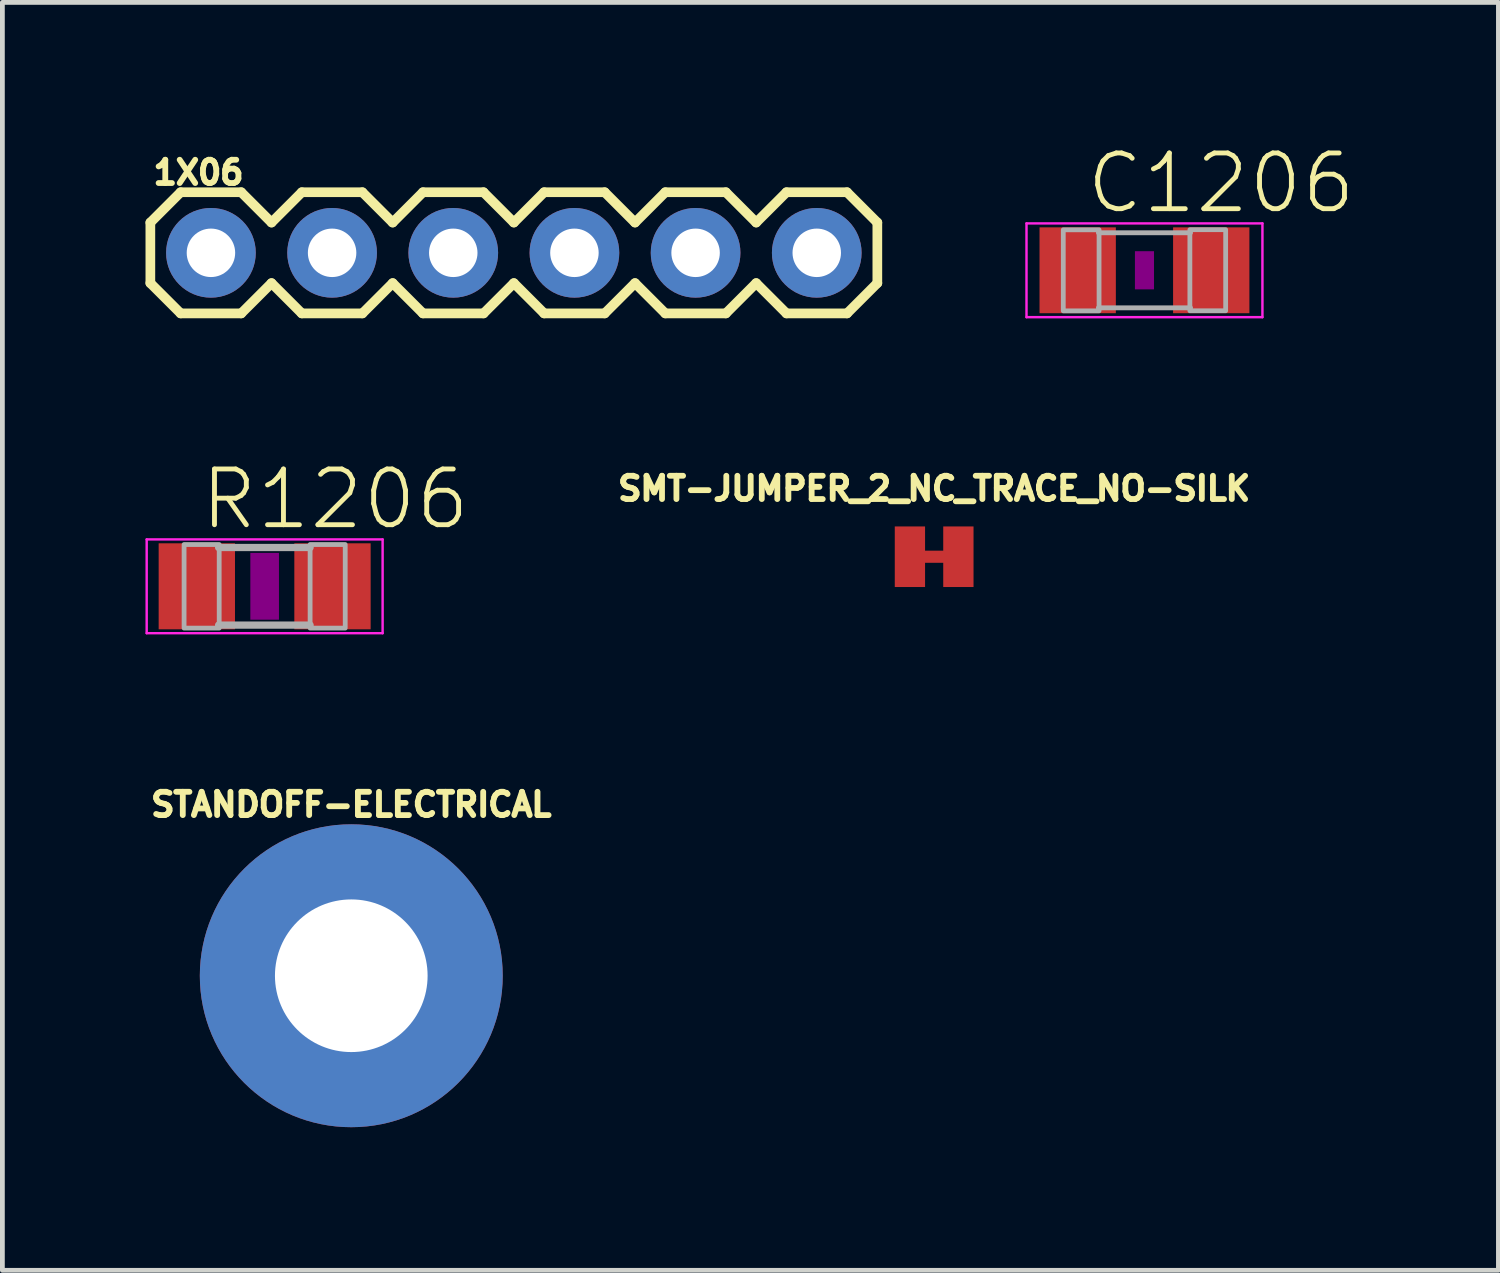
<source format=kicad_pcb>
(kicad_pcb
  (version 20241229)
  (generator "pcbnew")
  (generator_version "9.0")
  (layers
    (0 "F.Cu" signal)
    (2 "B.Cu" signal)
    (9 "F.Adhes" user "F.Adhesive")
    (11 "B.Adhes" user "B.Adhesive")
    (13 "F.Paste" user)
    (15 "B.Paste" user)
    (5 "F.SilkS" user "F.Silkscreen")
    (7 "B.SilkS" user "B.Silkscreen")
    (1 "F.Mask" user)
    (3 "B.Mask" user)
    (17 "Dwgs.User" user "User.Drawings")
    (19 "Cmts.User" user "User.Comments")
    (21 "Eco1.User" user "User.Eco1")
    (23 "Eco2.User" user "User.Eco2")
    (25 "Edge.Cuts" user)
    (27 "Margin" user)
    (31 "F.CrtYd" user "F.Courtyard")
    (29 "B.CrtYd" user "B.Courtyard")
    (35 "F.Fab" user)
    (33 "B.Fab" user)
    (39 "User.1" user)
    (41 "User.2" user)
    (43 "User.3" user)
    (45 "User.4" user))
  (footprint "C1206"
    (layer "F.Cu")
    (at 20.942 2.616)
    (property "Reference" "C1206" (at -1.27 -1.143 0) (layer "F.SilkS") (effects (font (size 1.168 1.168) (thickness 0.102)) (justify left bottom)))
    (fp_poly (pts (xy -0.2 0.4) (xy 0.2 0.4) (xy 0.2 -0.4) (xy -0.2 -0.4)) (stroke (width 0) (type solid)) (fill yes) (layer "F.Adhes"))
    (fp_line (start -2.473 -0.983) (end 2.473 -0.983) (stroke (width 0.051) (type solid)) (layer "F.CrtYd"))
    (fp_line (start -2.473 0.983) (end -2.473 -0.983) (stroke (width 0.051) (type solid)) (layer "F.CrtYd"))
    (fp_line (start 2.473 -0.983) (end 2.473 0.983) (stroke (width 0.051) (type solid)) (layer "F.CrtYd"))
    (fp_line (start 2.473 0.983) (end -2.473 0.983) (stroke (width 0.051) (type solid)) (layer "F.CrtYd"))
    (fp_line (start -0.965 -0.787) (end 0.965 -0.787) (stroke (width 0.102) (type solid)) (layer "F.Fab"))
    (fp_line (start -0.965 0.787) (end 0.965 0.787) (stroke (width 0.102) (type solid)) (layer "F.Fab"))
    (fp_poly (pts (xy -1.702 0.851) (xy -0.952 0.851) (xy -0.952 -0.849) (xy -1.702 -0.849)) (stroke (width 0.1) (type solid)) (fill no) (layer "F.Fab"))
    (fp_poly (pts (xy 0.952 0.849) (xy 1.702 0.849) (xy 1.702 -0.851) (xy 0.952 -0.851)) (stroke (width 0.1) (type solid)) (fill no) (layer "F.Fab"))
    (pad "1" smd rect (at -1.4 0) (size 1.6 1.8) (layers "F.Cu" "F.Mask" "F.Paste"))
    (pad "2" smd rect (at 1.4 0) (size 1.6 1.8) (layers "F.Cu" "F.Mask" "F.Paste")))
  (footprint "SMT-JUMPER_2_NC_TRACE_NO-SILK"
    (layer "F.Cu")
    (at 16.533 8.621)
    (property "Reference" "SMT-JUMPER_2_NC_TRACE_NO-SILK" (at 0 -1.143 0) (layer "F.SilkS") (effects (font (size 0.488 0.488) (thickness 0.122)) (justify bottom)))
    (fp_line (start -0.508 0) (end 0.508 0) (stroke (width 0.254) (type solid)) (layer "F.Cu"))
    (fp_poly (pts (xy 0.254 0.191) (xy -0.254 0.191) (xy -0.254 -0.191) (xy 0.254 -0.191)) (stroke (width 0) (type solid)) (fill yes) (layer "F.Mask"))
    (pad "1" smd rect (at -0.508 0) (size 0.635 1.27) (layers "F.Cu" "F.Mask"))
    (pad "2" smd rect (at 0.508 0) (size 0.635 1.27) (layers "F.Cu" "F.Mask")))
  (footprint "STANDOFF-ELECTRICAL"
    (layer "F.Cu")
    (at 4.314 17.405)
    (property "Reference" "STANDOFF-ELECTRICAL" (at 0 -3.302 0) (layer "F.SilkS") (effects (font (size 0.488 0.488) (thickness 0.122)) (justify bottom)))
    (pad "P1" thru_hole circle (at 0 0) (size 6.35 6.35) (drill 3.2) (layers "*.Cu" "*.Mask")))
  (footprint "1X06"
    (layer "F.Cu")
    (at 1.372 2.25)
    (property "Reference" "1X06" (at -1.27 -1.397 0) (layer "F.SilkS") (effects (font (size 0.488 0.488) (thickness 0.122)) (justify left bottom)))
    (fp_line (start -1.27 -0.635) (end -1.27 0.635) (stroke (width 0.203) (type solid)) (layer "F.SilkS"))
    (fp_line (start -1.27 0.635) (end -0.635 1.27) (stroke (width 0.203) (type solid)) (layer "F.SilkS"))
    (fp_line (start -0.635 -1.27) (end -1.27 -0.635) (stroke (width 0.203) (type solid)) (layer "F.SilkS"))
    (fp_line (start -0.635 -1.27) (end 0.635 -1.27) (stroke (width 0.203) (type solid)) (layer "F.SilkS"))
    (fp_line (start 0.635 -1.27) (end 1.27 -0.635) (stroke (width 0.203) (type solid)) (layer "F.SilkS"))
    (fp_line (start 0.635 1.27) (end -0.635 1.27) (stroke (width 0.203) (type solid)) (layer "F.SilkS"))
    (fp_line (start 1.27 -0.635) (end 1.905 -1.27) (stroke (width 0.203) (type solid)) (layer "F.SilkS"))
    (fp_line (start 1.27 0.635) (end 0.635 1.27) (stroke (width 0.203) (type solid)) (layer "F.SilkS"))
    (fp_line (start 1.905 -1.27) (end 3.175 -1.27) (stroke (width 0.203) (type solid)) (layer "F.SilkS"))
    (fp_line (start 1.905 1.27) (end 1.27 0.635) (stroke (width 0.203) (type solid)) (layer "F.SilkS"))
    (fp_line (start 3.175 -1.27) (end 3.81 -0.635) (stroke (width 0.203) (type solid)) (layer "F.SilkS"))
    (fp_line (start 3.175 1.27) (end 1.905 1.27) (stroke (width 0.203) (type solid)) (layer "F.SilkS"))
    (fp_line (start 3.81 -0.635) (end 4.445 -1.27) (stroke (width 0.203) (type solid)) (layer "F.SilkS"))
    (fp_line (start 3.81 0.635) (end 3.175 1.27) (stroke (width 0.203) (type solid)) (layer "F.SilkS"))
    (fp_line (start 4.445 -1.27) (end 5.715 -1.27) (stroke (width 0.203) (type solid)) (layer "F.SilkS"))
    (fp_line (start 4.445 1.27) (end 3.81 0.635) (stroke (width 0.203) (type solid)) (layer "F.SilkS"))
    (fp_line (start 5.715 -1.27) (end 6.35 -0.635) (stroke (width 0.203) (type solid)) (layer "F.SilkS"))
    (fp_line (start 5.715 1.27) (end 4.445 1.27) (stroke (width 0.203) (type solid)) (layer "F.SilkS"))
    (fp_line (start 6.35 0.635) (end 5.715 1.27) (stroke (width 0.203) (type solid)) (layer "F.SilkS"))
    (fp_line (start 6.35 0.635) (end 6.985 1.27) (stroke (width 0.203) (type solid)) (layer "F.SilkS"))
    (fp_line (start 6.985 -1.27) (end 6.35 -0.635) (stroke (width 0.203) (type solid)) (layer "F.SilkS"))
    (fp_line (start 6.985 -1.27) (end 8.255 -1.27) (stroke (width 0.203) (type solid)) (layer "F.SilkS"))
    (fp_line (start 8.255 -1.27) (end 8.89 -0.635) (stroke (width 0.203) (type solid)) (layer "F.SilkS"))
    (fp_line (start 8.255 1.27) (end 6.985 1.27) (stroke (width 0.203) (type solid)) (layer "F.SilkS"))
    (fp_line (start 8.89 -0.635) (end 9.525 -1.27) (stroke (width 0.203) (type solid)) (layer "F.SilkS"))
    (fp_line (start 8.89 0.635) (end 8.255 1.27) (stroke (width 0.203) (type solid)) (layer "F.SilkS"))
    (fp_line (start 9.525 -1.27) (end 10.795 -1.27) (stroke (width 0.203) (type solid)) (layer "F.SilkS"))
    (fp_line (start 9.525 1.27) (end 8.89 0.635) (stroke (width 0.203) (type solid)) (layer "F.SilkS"))
    (fp_line (start 10.795 -1.27) (end 11.43 -0.635) (stroke (width 0.203) (type solid)) (layer "F.SilkS"))
    (fp_line (start 10.795 1.27) (end 9.525 1.27) (stroke (width 0.203) (type solid)) (layer "F.SilkS"))
    (fp_line (start 11.43 -0.635) (end 12.065 -1.27) (stroke (width 0.203) (type solid)) (layer "F.SilkS"))
    (fp_line (start 11.43 0.635) (end 10.795 1.27) (stroke (width 0.203) (type solid)) (layer "F.SilkS"))
    (fp_line (start 12.065 -1.27) (end 13.335 -1.27) (stroke (width 0.203) (type solid)) (layer "F.SilkS"))
    (fp_line (start 12.065 1.27) (end 11.43 0.635) (stroke (width 0.203) (type solid)) (layer "F.SilkS"))
    (fp_line (start 13.335 -1.27) (end 13.97 -0.635) (stroke (width 0.203) (type solid)) (layer "F.SilkS"))
    (fp_line (start 13.335 1.27) (end 12.065 1.27) (stroke (width 0.203) (type solid)) (layer "F.SilkS"))
    (fp_line (start 13.97 -0.635) (end 13.97 0.635) (stroke (width 0.203) (type solid)) (layer "F.SilkS"))
    (fp_line (start 13.97 0.635) (end 13.335 1.27) (stroke (width 0.203) (type solid)) (layer "F.SilkS"))
    (fp_poly (pts (xy -0.254 0.254) (xy 0.254 0.254) (xy 0.254 -0.254) (xy -0.254 -0.254)) (stroke (width 0.1) (type solid)) (fill no) (layer "F.Fab"))
    (fp_poly (pts (xy 2.286 0.254) (xy 2.794 0.254) (xy 2.794 -0.254) (xy 2.286 -0.254)) (stroke (width 0.1) (type solid)) (fill no) (layer "F.Fab"))
    (fp_poly (pts (xy 4.826 0.254) (xy 5.334 0.254) (xy 5.334 -0.254) (xy 4.826 -0.254)) (stroke (width 0.1) (type solid)) (fill no) (layer "F.Fab"))
    (fp_poly (pts (xy 7.366 0.254) (xy 7.874 0.254) (xy 7.874 -0.254) (xy 7.366 -0.254)) (stroke (width 0.1) (type solid)) (fill no) (layer "F.Fab"))
    (fp_poly (pts (xy 9.906 0.254) (xy 10.414 0.254) (xy 10.414 -0.254) (xy 9.906 -0.254)) (stroke (width 0.1) (type solid)) (fill no) (layer "F.Fab"))
    (fp_poly (pts (xy 12.446 0.254) (xy 12.954 0.254) (xy 12.954 -0.254) (xy 12.446 -0.254)) (stroke (width 0.1) (type solid)) (fill no) (layer "F.Fab"))
    (pad "1" thru_hole circle (at 0 0 90) (size 1.88 1.88) (drill 1.016) (layers "*.Cu" "*.Mask"))
    (pad "2" thru_hole circle (at 2.54 0 90) (size 1.88 1.88) (drill 1.016) (layers "*.Cu" "*.Mask"))
    (pad "3" thru_hole circle (at 5.08 0 90) (size 1.88 1.88) (drill 1.016) (layers "*.Cu" "*.Mask"))
    (pad "4" thru_hole circle (at 7.62 0 90) (size 1.88 1.88) (drill 1.016) (layers "*.Cu" "*.Mask"))
    (pad "5" thru_hole circle (at 10.16 0 90) (size 1.88 1.88) (drill 1.016) (layers "*.Cu" "*.Mask"))
    (pad "6" thru_hole circle (at 12.7 0 90) (size 1.88 1.88) (drill 1.016) (layers "*.Cu" "*.Mask")))
  (footprint "R1206"
    (layer "F.Cu")
    (at 2.498 9.241)
    (property "Reference" "R1206" (at -1.397 -1.143 0) (layer "F.SilkS") (effects (font (size 1.168 1.168) (thickness 0.102)) (justify left bottom)))
    (fp_poly (pts (xy -0.3 0.7) (xy 0.3 0.7) (xy 0.3 -0.7) (xy -0.3 -0.7)) (stroke (width 0) (type solid)) (fill yes) (layer "F.Adhes"))
    (fp_line (start -2.473 -0.983) (end 2.473 -0.983) (stroke (width 0.051) (type solid)) (layer "F.CrtYd"))
    (fp_line (start -2.473 0.983) (end -2.473 -0.983) (stroke (width 0.051) (type solid)) (layer "F.CrtYd"))
    (fp_line (start 2.473 -0.983) (end 2.473 0.983) (stroke (width 0.051) (type solid)) (layer "F.CrtYd"))
    (fp_line (start 2.473 0.983) (end -2.473 0.983) (stroke (width 0.051) (type solid)) (layer "F.CrtYd"))
    (fp_line (start 0.953 -0.813) (end -0.965 -0.813) (stroke (width 0.152) (type solid)) (layer "F.Fab"))
    (fp_line (start 0.953 0.813) (end -0.965 0.813) (stroke (width 0.152) (type solid)) (layer "F.Fab"))
    (fp_poly (pts (xy -1.689 0.876) (xy -0.953 0.876) (xy -0.953 -0.876) (xy -1.689 -0.876)) (stroke (width 0.1) (type solid)) (fill no) (layer "F.Fab"))
    (fp_poly (pts (xy 0.953 0.876) (xy 1.689 0.876) (xy 1.689 -0.876) (xy 0.953 -0.876)) (stroke (width 0.1) (type solid)) (fill no) (layer "F.Fab"))
    (pad "1" smd rect (at -1.422 0) (size 1.6 1.803) (layers "F.Cu" "F.Mask" "F.Paste"))
    (pad "2" smd rect (at 1.422 0) (size 1.6 1.803) (layers "F.Cu" "F.Mask" "F.Paste")))
  (gr_rect
    (start -3 -3)
    (end 28.362 23.58)
    (stroke (width 0.1) (type default))
    (fill no)
    (layer "Edge.Cuts")))
</source>
